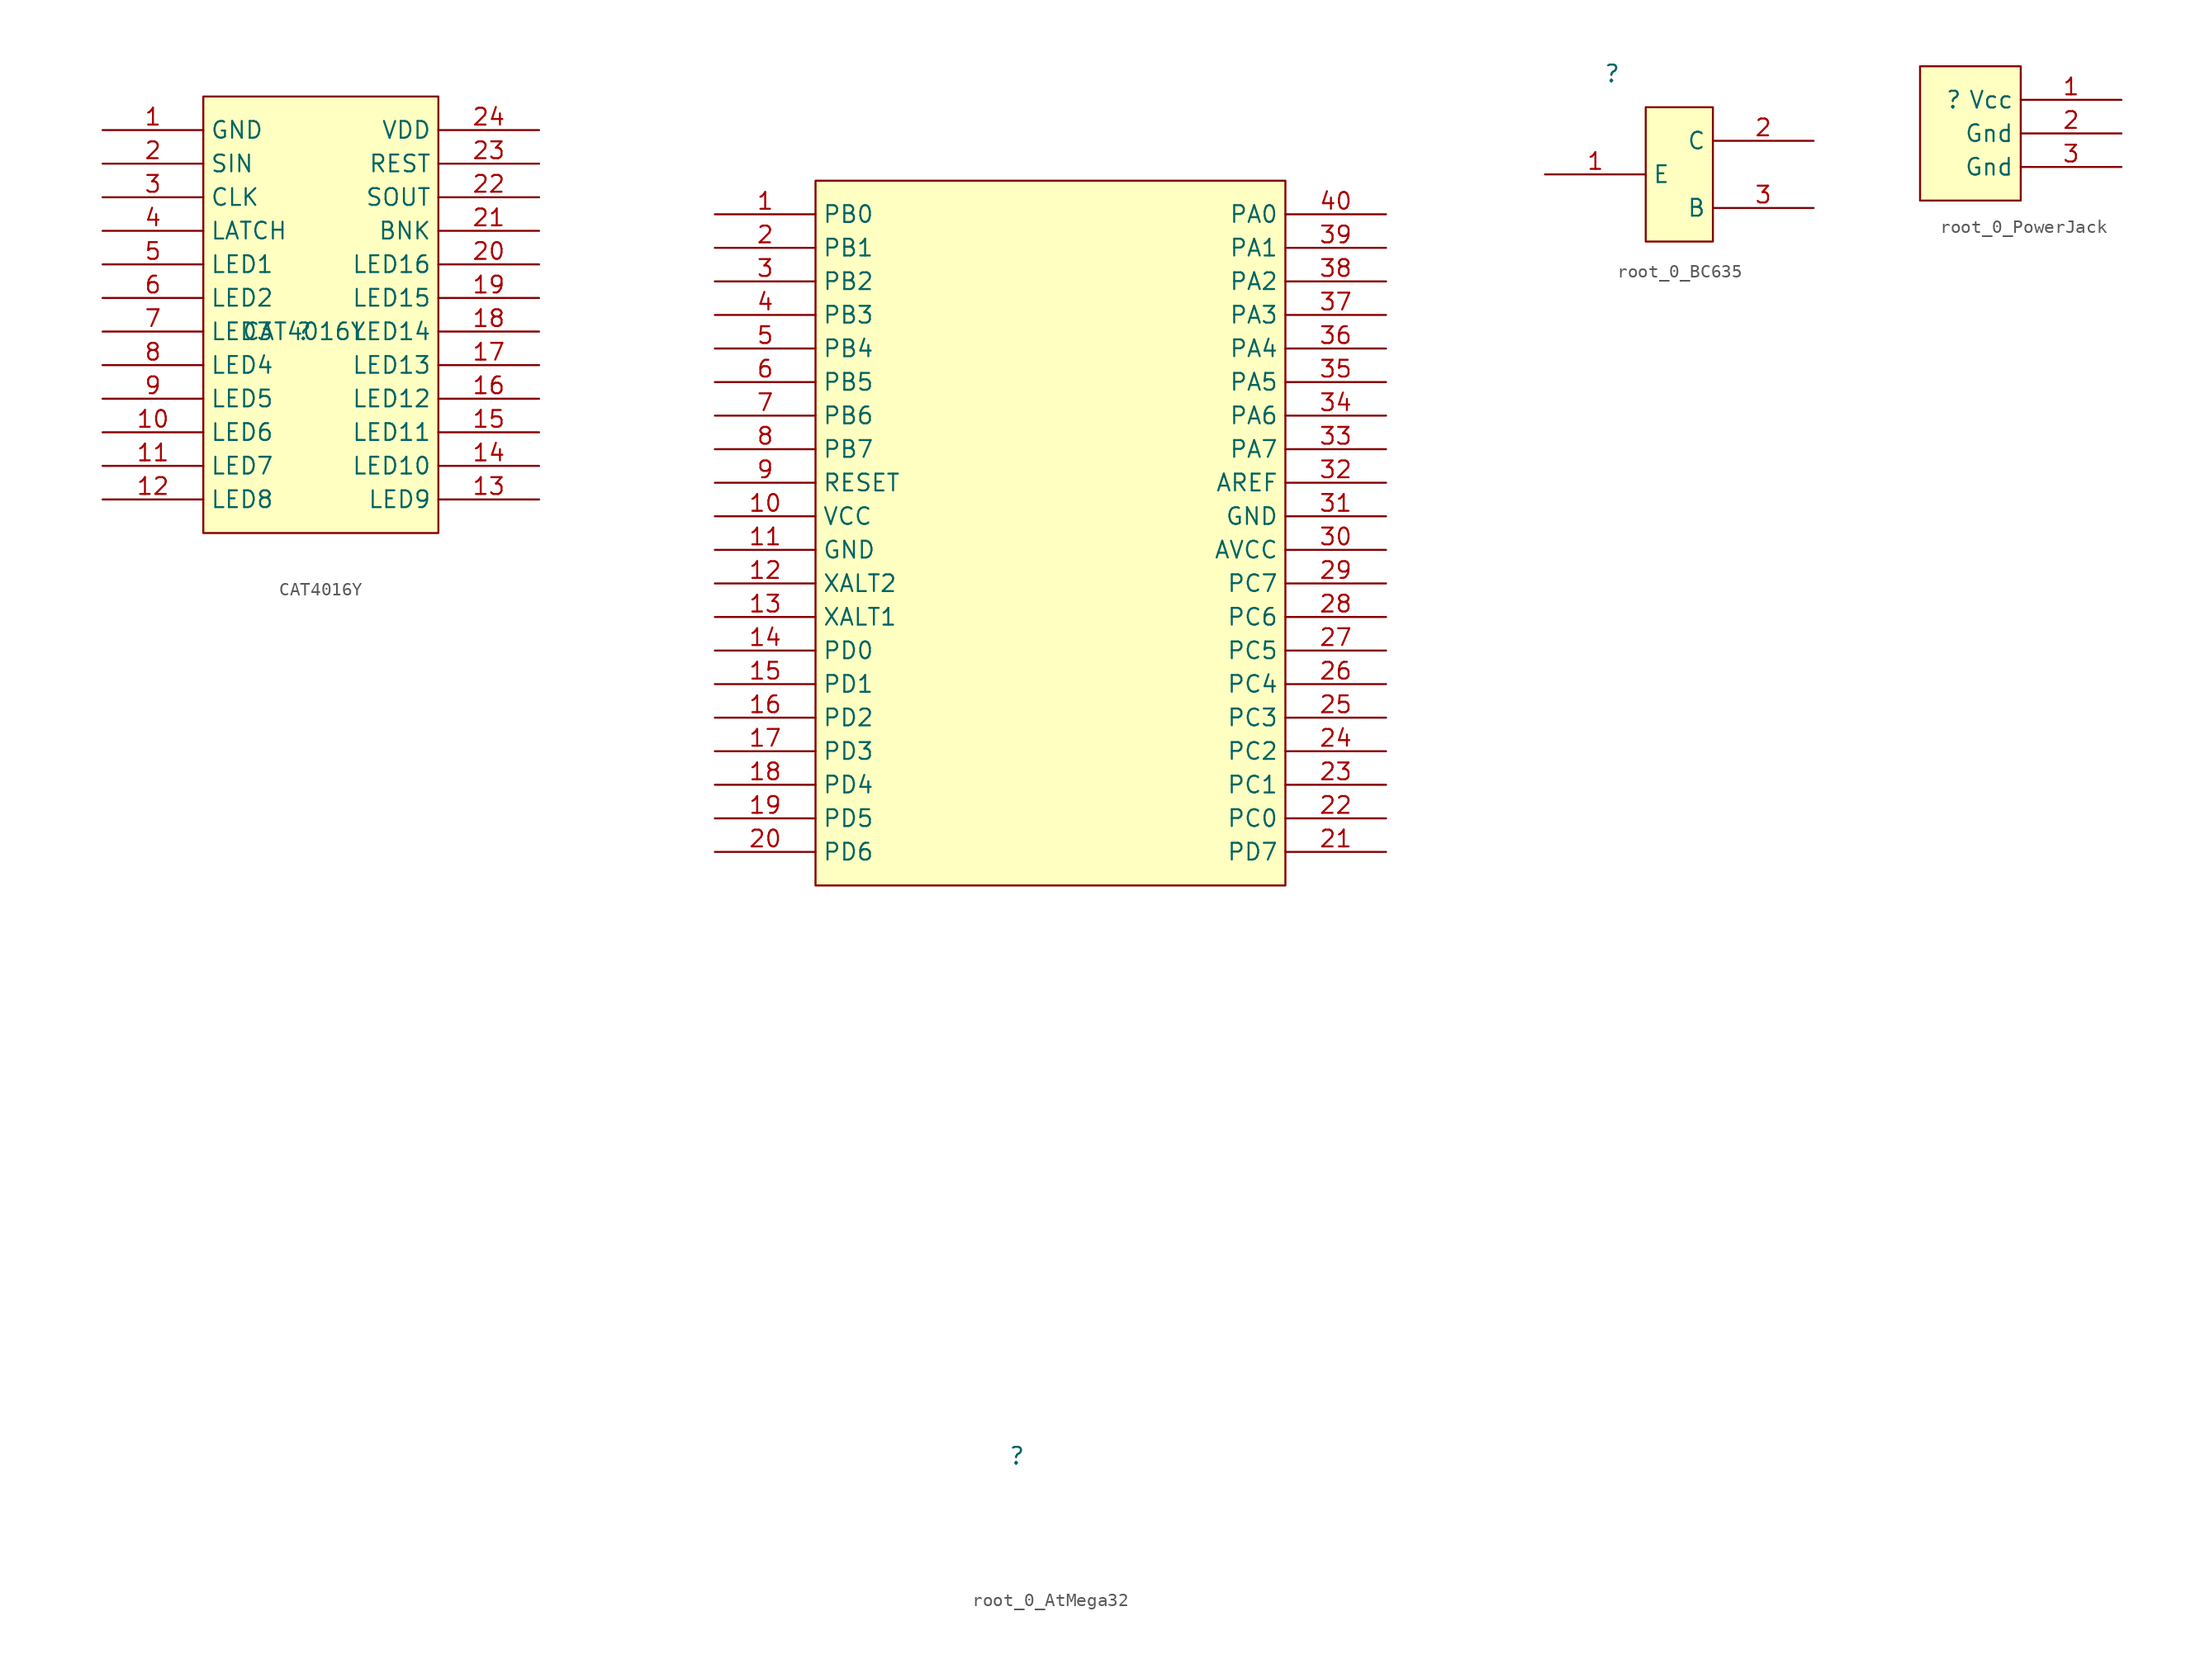
<source format=kicad_sym>
(kicad_symbol_lib
  (version 20220914)
  (generator kicad_symbol_editor)
  (symbol "CAT4016Y"
    (property "Reference" ""
      (at 0 0 0)
      (effects (font (size 1.27 1.27))))
    (property "Value" "CAT4016Y"
      (at 0 0 0)
      (effects (font (size 1.27 1.27))))
    (symbol "CAT4016Y_1_0"
      (rectangle (start 10.16 17.78) (end -7.62 -15.24) (stroke (width 0) (type solid)) (fill (type background)))
      (pin passive line (at -15.24 15.24 0) (length 7.62) (name "GND" (effects (font (size 1.27 1.27)))) (number "1" (effects (font (size 1.27 1.27)))))
      (pin passive line (at -15.24 -7.62 0) (length 7.62) (name "LED6" (effects (font (size 1.27 1.27)))) (number "10" (effects (font (size 1.27 1.27)))))
      (pin passive line (at -15.24 -10.16 0) (length 7.62) (name "LED7" (effects (font (size 1.27 1.27)))) (number "11" (effects (font (size 1.27 1.27)))))
      (pin passive line (at -15.24 -12.7 0) (length 7.62) (name "LED8" (effects (font (size 1.27 1.27)))) (number "12" (effects (font (size 1.27 1.27)))))
      (pin passive line (at 17.78 -12.7 180) (length 7.62) (name "LED9" (effects (font (size 1.27 1.27)))) (number "13" (effects (font (size 1.27 1.27)))))
      (pin passive line (at 17.78 -10.16 180) (length 7.62) (name "LED10" (effects (font (size 1.27 1.27)))) (number "14" (effects (font (size 1.27 1.27)))))
      (pin passive line (at 17.78 -7.62 180) (length 7.62) (name "LED11" (effects (font (size 1.27 1.27)))) (number "15" (effects (font (size 1.27 1.27)))))
      (pin passive line (at 17.78 -5.08 180) (length 7.62) (name "LED12" (effects (font (size 1.27 1.27)))) (number "16" (effects (font (size 1.27 1.27)))))
      (pin passive line (at 17.78 -2.54 180) (length 7.62) (name "LED13" (effects (font (size 1.27 1.27)))) (number "17" (effects (font (size 1.27 1.27)))))
      (pin passive line (at 17.78 0 180) (length 7.62) (name "LED14" (effects (font (size 1.27 1.27)))) (number "18" (effects (font (size 1.27 1.27)))))
      (pin passive line (at 17.78 2.54 180) (length 7.62) (name "LED15" (effects (font (size 1.27 1.27)))) (number "19" (effects (font (size 1.27 1.27)))))
      (pin passive line (at -15.24 12.7 0) (length 7.62) (name "SIN" (effects (font (size 1.27 1.27)))) (number "2" (effects (font (size 1.27 1.27)))))
      (pin passive line (at 17.78 5.08 180) (length 7.62) (name "LED16" (effects (font (size 1.27 1.27)))) (number "20" (effects (font (size 1.27 1.27)))))
      (pin passive line (at 17.78 7.62 180) (length 7.62) (name "BNK" (effects (font (size 1.27 1.27)))) (number "21" (effects (font (size 1.27 1.27)))))
      (pin passive line (at 17.78 10.16 180) (length 7.62) (name "SOUT" (effects (font (size 1.27 1.27)))) (number "22" (effects (font (size 1.27 1.27)))))
      (pin passive line (at 17.78 12.7 180) (length 7.62) (name "REST" (effects (font (size 1.27 1.27)))) (number "23" (effects (font (size 1.27 1.27)))))
      (pin passive line (at 17.78 15.24 180) (length 7.62) (name "VDD" (effects (font (size 1.27 1.27)))) (number "24" (effects (font (size 1.27 1.27)))))
      (pin passive line (at -15.24 10.16 0) (length 7.62) (name "CLK" (effects (font (size 1.27 1.27)))) (number "3" (effects (font (size 1.27 1.27)))))
      (pin passive line (at -15.24 7.62 0) (length 7.62) (name "LATCH" (effects (font (size 1.27 1.27)))) (number "4" (effects (font (size 1.27 1.27)))))
      (pin passive line (at -15.24 5.08 0) (length 7.62) (name "LED1" (effects (font (size 1.27 1.27)))) (number "5" (effects (font (size 1.27 1.27)))))
      (pin passive line (at -15.24 2.54 0) (length 7.62) (name "LED2" (effects (font (size 1.27 1.27)))) (number "6" (effects (font (size 1.27 1.27)))))
      (pin passive line (at -15.24 0 0) (length 7.62) (name "LED3" (effects (font (size 1.27 1.27)))) (number "7" (effects (font (size 1.27 1.27)))))
      (pin passive line (at -15.24 -2.54 0) (length 7.62) (name "LED4" (effects (font (size 1.27 1.27)))) (number "8" (effects (font (size 1.27 1.27)))))
      (pin passive line (at -15.24 -5.08 0) (length 7.62) (name "LED5" (effects (font (size 1.27 1.27)))) (number "9" (effects (font (size 1.27 1.27)))))))
  (symbol "root_0_AtMega32"
    (property "Reference" ""
      (at 0 0 0)
      (effects (font (size 1.27 1.27))))
    (property "Value" ""
      (at 0 0 0)
      (effects (font (size 1.27 1.27))))
    (symbol "root_0_AtMega32_1_0"
      (rectangle (start 20.32 96.52) (end -15.24 43.18) (stroke (width 0) (type solid)) (fill (type background)))
      (pin passive line (at -22.86 93.98 0) (length 7.62) (name "PB0" (effects (font (size 1.27 1.27)))) (number "1" (effects (font (size 1.27 1.27)))))
      (pin passive line (at -22.86 71.12 0) (length 7.62) (name "VCC" (effects (font (size 1.27 1.27)))) (number "10" (effects (font (size 1.27 1.27)))))
      (pin passive line (at -22.86 68.58 0) (length 7.62) (name "GND" (effects (font (size 1.27 1.27)))) (number "11" (effects (font (size 1.27 1.27)))))
      (pin passive line (at -22.86 66.04 0) (length 7.62) (name "XALT2" (effects (font (size 1.27 1.27)))) (number "12" (effects (font (size 1.27 1.27)))))
      (pin passive line (at -22.86 63.5 0) (length 7.62) (name "XALT1" (effects (font (size 1.27 1.27)))) (number "13" (effects (font (size 1.27 1.27)))))
      (pin passive line (at -22.86 60.96 0) (length 7.62) (name "PD0" (effects (font (size 1.27 1.27)))) (number "14" (effects (font (size 1.27 1.27)))))
      (pin passive line (at -22.86 58.42 0) (length 7.62) (name "PD1" (effects (font (size 1.27 1.27)))) (number "15" (effects (font (size 1.27 1.27)))))
      (pin passive line (at -22.86 55.88 0) (length 7.62) (name "PD2" (effects (font (size 1.27 1.27)))) (number "16" (effects (font (size 1.27 1.27)))))
      (pin passive line (at -22.86 53.34 0) (length 7.62) (name "PD3" (effects (font (size 1.27 1.27)))) (number "17" (effects (font (size 1.27 1.27)))))
      (pin passive line (at -22.86 50.8 0) (length 7.62) (name "PD4" (effects (font (size 1.27 1.27)))) (number "18" (effects (font (size 1.27 1.27)))))
      (pin passive line (at -22.86 48.26 0) (length 7.62) (name "PD5" (effects (font (size 1.27 1.27)))) (number "19" (effects (font (size 1.27 1.27)))))
      (pin passive line (at -22.86 91.44 0) (length 7.62) (name "PB1" (effects (font (size 1.27 1.27)))) (number "2" (effects (font (size 1.27 1.27)))))
      (pin passive line (at -22.86 45.72 0) (length 7.62) (name "PD6" (effects (font (size 1.27 1.27)))) (number "20" (effects (font (size 1.27 1.27)))))
      (pin passive line (at 27.94 45.72 180) (length 7.62) (name "PD7" (effects (font (size 1.27 1.27)))) (number "21" (effects (font (size 1.27 1.27)))))
      (pin passive line (at 27.94 48.26 180) (length 7.62) (name "PC0" (effects (font (size 1.27 1.27)))) (number "22" (effects (font (size 1.27 1.27)))))
      (pin passive line (at 27.94 50.8 180) (length 7.62) (name "PC1" (effects (font (size 1.27 1.27)))) (number "23" (effects (font (size 1.27 1.27)))))
      (pin passive line (at 27.94 53.34 180) (length 7.62) (name "PC2" (effects (font (size 1.27 1.27)))) (number "24" (effects (font (size 1.27 1.27)))))
      (pin passive line (at 27.94 55.88 180) (length 7.62) (name "PC3" (effects (font (size 1.27 1.27)))) (number "25" (effects (font (size 1.27 1.27)))))
      (pin passive line (at 27.94 58.42 180) (length 7.62) (name "PC4" (effects (font (size 1.27 1.27)))) (number "26" (effects (font (size 1.27 1.27)))))
      (pin passive line (at 27.94 60.96 180) (length 7.62) (name "PC5" (effects (font (size 1.27 1.27)))) (number "27" (effects (font (size 1.27 1.27)))))
      (pin passive line (at 27.94 63.5 180) (length 7.62) (name "PC6" (effects (font (size 1.27 1.27)))) (number "28" (effects (font (size 1.27 1.27)))))
      (pin passive line (at 27.94 66.04 180) (length 7.62) (name "PC7" (effects (font (size 1.27 1.27)))) (number "29" (effects (font (size 1.27 1.27)))))
      (pin passive line (at -22.86 88.9 0) (length 7.62) (name "PB2" (effects (font (size 1.27 1.27)))) (number "3" (effects (font (size 1.27 1.27)))))
      (pin passive line (at 27.94 68.58 180) (length 7.62) (name "AVCC" (effects (font (size 1.27 1.27)))) (number "30" (effects (font (size 1.27 1.27)))))
      (pin passive line (at 27.94 71.12 180) (length 7.62) (name "GND" (effects (font (size 1.27 1.27)))) (number "31" (effects (font (size 1.27 1.27)))))
      (pin passive line (at 27.94 73.66 180) (length 7.62) (name "AREF" (effects (font (size 1.27 1.27)))) (number "32" (effects (font (size 1.27 1.27)))))
      (pin passive line (at 27.94 76.2 180) (length 7.62) (name "PA7" (effects (font (size 1.27 1.27)))) (number "33" (effects (font (size 1.27 1.27)))))
      (pin passive line (at 27.94 78.74 180) (length 7.62) (name "PA6" (effects (font (size 1.27 1.27)))) (number "34" (effects (font (size 1.27 1.27)))))
      (pin passive line (at 27.94 81.28 180) (length 7.62) (name "PA5" (effects (font (size 1.27 1.27)))) (number "35" (effects (font (size 1.27 1.27)))))
      (pin passive line (at 27.94 83.82 180) (length 7.62) (name "PA4" (effects (font (size 1.27 1.27)))) (number "36" (effects (font (size 1.27 1.27)))))
      (pin passive line (at 27.94 86.36 180) (length 7.62) (name "PA3" (effects (font (size 1.27 1.27)))) (number "37" (effects (font (size 1.27 1.27)))))
      (pin passive line (at 27.94 88.9 180) (length 7.62) (name "PA2" (effects (font (size 1.27 1.27)))) (number "38" (effects (font (size 1.27 1.27)))))
      (pin passive line (at 27.94 91.44 180) (length 7.62) (name "PA1" (effects (font (size 1.27 1.27)))) (number "39" (effects (font (size 1.27 1.27)))))
      (pin passive line (at -22.86 86.36 0) (length 7.62) (name "PB3" (effects (font (size 1.27 1.27)))) (number "4" (effects (font (size 1.27 1.27)))))
      (pin passive line (at 27.94 93.98 180) (length 7.62) (name "PA0" (effects (font (size 1.27 1.27)))) (number "40" (effects (font (size 1.27 1.27)))))
      (pin passive line (at -22.86 83.82 0) (length 7.62) (name "PB4" (effects (font (size 1.27 1.27)))) (number "5" (effects (font (size 1.27 1.27)))))
      (pin passive line (at -22.86 81.28 0) (length 7.62) (name "PB5" (effects (font (size 1.27 1.27)))) (number "6" (effects (font (size 1.27 1.27)))))
      (pin passive line (at -22.86 78.74 0) (length 7.62) (name "PB6" (effects (font (size 1.27 1.27)))) (number "7" (effects (font (size 1.27 1.27)))))
      (pin passive line (at -22.86 76.2 0) (length 7.62) (name "PB7" (effects (font (size 1.27 1.27)))) (number "8" (effects (font (size 1.27 1.27)))))
      (pin passive line (at -22.86 73.66 0) (length 7.62) (name "RESET" (effects (font (size 1.27 1.27)))) (number "9" (effects (font (size 1.27 1.27)))))))
  (symbol "root_0_BC635"
    (property "Reference" ""
      (at 0 0 0)
      (effects (font (size 1.27 1.27))))
    (property "Value" ""
      (at 0 0 0)
      (effects (font (size 1.27 1.27))))
    (symbol "root_0_BC635_1_0"
      (rectangle (start 7.62 -2.54) (end 2.54 -12.7) (stroke (width 0) (type solid)) (fill (type background)))
      (pin passive line (at -5.08 -7.62 0) (length 7.62) (name "E" (effects (font (size 1.27 1.27)))) (number "1" (effects (font (size 1.27 1.27)))))
      (pin passive line (at 15.24 -5.08 180) (length 7.62) (name "C" (effects (font (size 1.27 1.27)))) (number "2" (effects (font (size 1.27 1.27)))))
      (pin passive line (at 15.24 -10.16 180) (length 7.62) (name "B" (effects (font (size 1.27 1.27)))) (number "3" (effects (font (size 1.27 1.27)))))))
  (symbol "root_0_PowerJack"
    (property "Reference" ""
      (at 0 0 0)
      (effects (font (size 1.27 1.27))))
    (property "Value" ""
      (at 0 0 0)
      (effects (font (size 1.27 1.27))))
    (symbol "root_0_PowerJack_1_0"
      (rectangle (start 5.08 2.54) (end -2.54 -7.62) (stroke (width 0) (type solid)) (fill (type background)))
      (pin passive line (at 12.7 0 180) (length 7.62) (name "Vcc" (effects (font (size 1.27 1.27)))) (number "1" (effects (font (size 1.27 1.27)))))
      (pin passive line (at 12.7 -2.54 180) (length 7.62) (name "Gnd" (effects (font (size 1.27 1.27)))) (number "2" (effects (font (size 1.27 1.27)))))
      (pin passive line (at 12.7 -5.08 180) (length 7.62) (name "Gnd" (effects (font (size 1.27 1.27)))) (number "3" (effects (font (size 1.27 1.27))))))))
</source>
